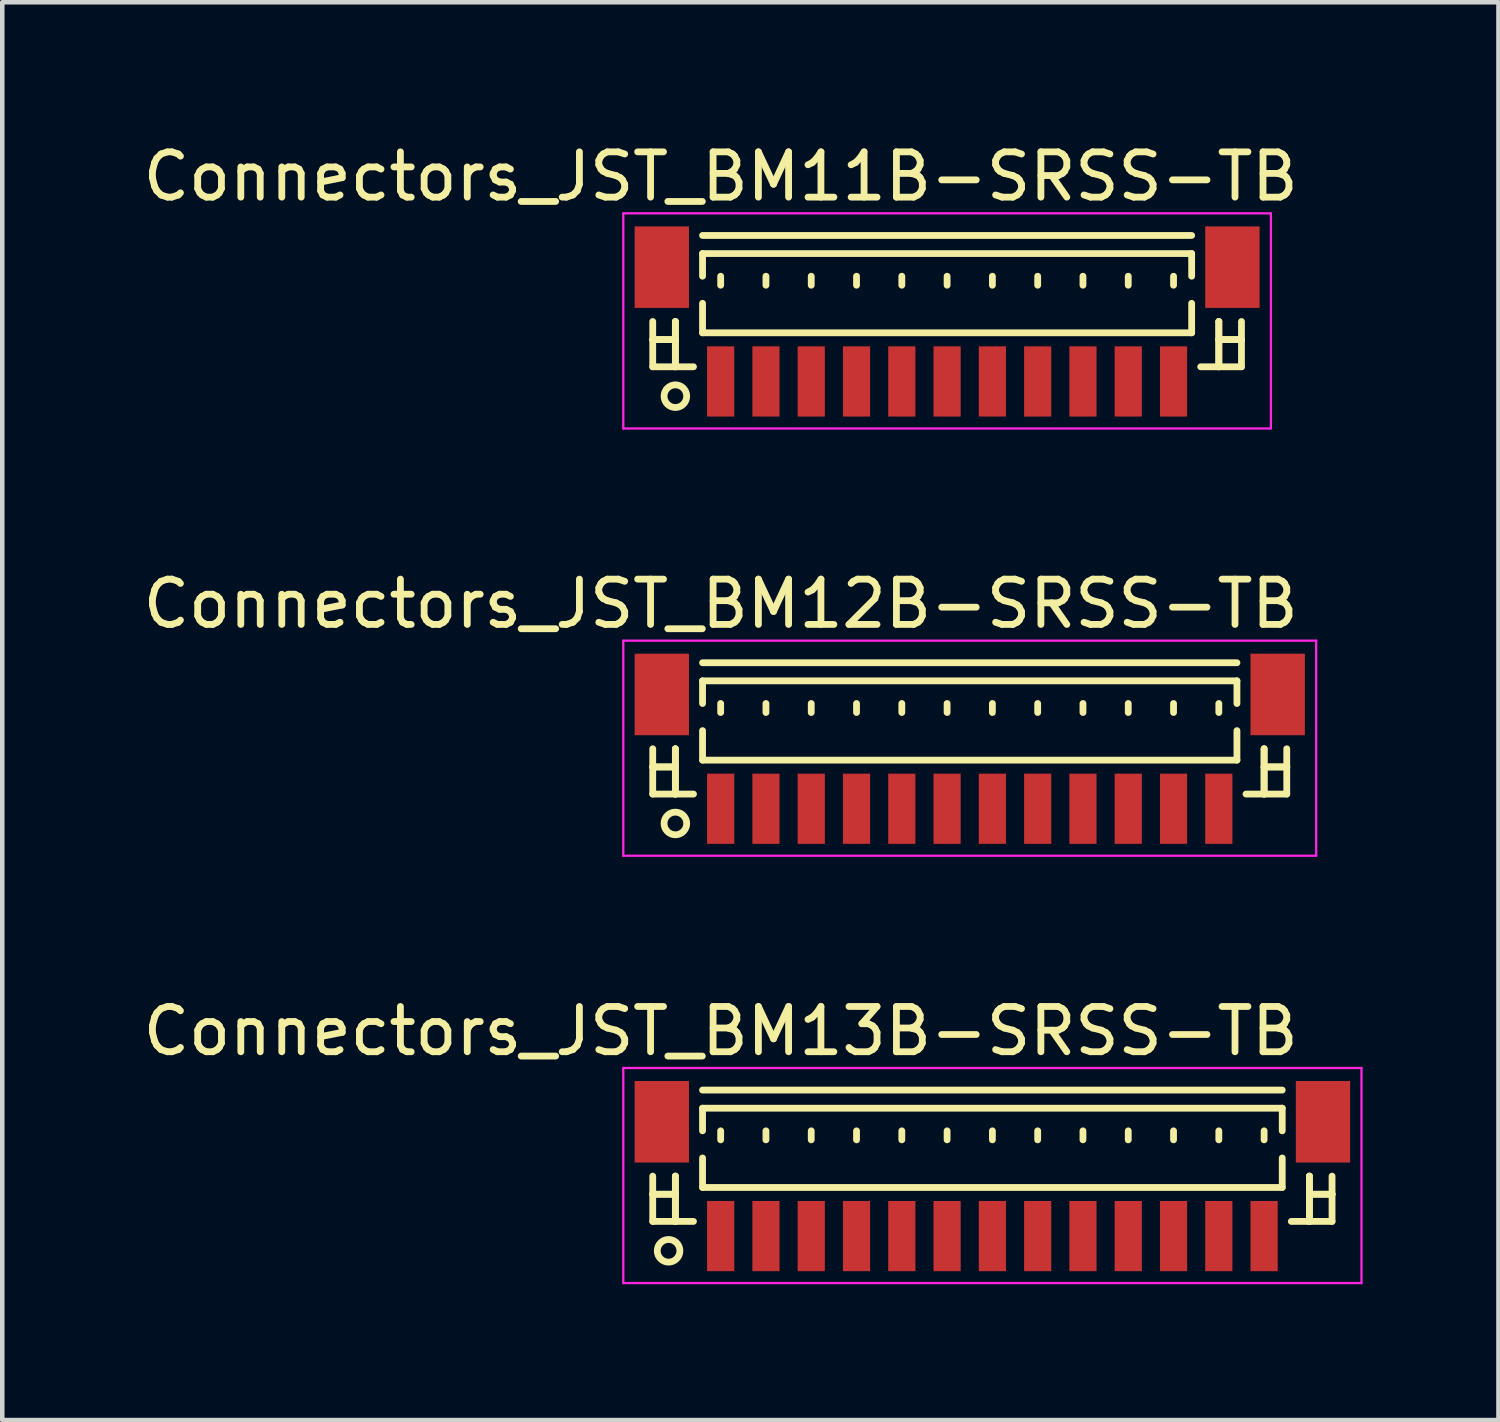
<source format=kicad_pcb>
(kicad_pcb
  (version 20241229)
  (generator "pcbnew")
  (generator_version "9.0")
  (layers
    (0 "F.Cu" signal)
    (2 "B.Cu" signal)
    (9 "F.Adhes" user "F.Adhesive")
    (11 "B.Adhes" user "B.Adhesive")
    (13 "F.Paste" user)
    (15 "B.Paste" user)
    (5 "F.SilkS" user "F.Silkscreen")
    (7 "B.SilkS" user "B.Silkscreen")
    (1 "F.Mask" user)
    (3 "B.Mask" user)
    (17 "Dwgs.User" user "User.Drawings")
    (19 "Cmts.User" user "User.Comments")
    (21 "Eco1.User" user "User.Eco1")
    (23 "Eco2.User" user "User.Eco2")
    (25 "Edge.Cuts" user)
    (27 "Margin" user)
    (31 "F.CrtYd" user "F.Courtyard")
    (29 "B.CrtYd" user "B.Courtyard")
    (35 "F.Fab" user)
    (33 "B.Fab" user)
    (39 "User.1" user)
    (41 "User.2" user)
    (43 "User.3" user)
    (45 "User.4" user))
  (footprint "Connectors_JST_BM13B-SRSS-TB"
    (layer "F.Cu")
    (at 18.863 22.982)
    (property "Reference" "Connectors_JST_BM13B-SRSS-TB" (at -6 -3.263 0) (layer "F.SilkS") (effects (font (size 1 1) (thickness 0.15))))
    (attr smd)
    (fp_line (start -7.5 -0.062) (end -7.5 0.938) (stroke (width 0.15) (type solid)) (layer "F.SilkS"))
    (fp_line (start -7.5 0.338) (end -7.5 0.338) (stroke (width 0.15) (type solid)) (layer "F.SilkS"))
    (fp_line (start -7.5 0.338) (end -7 0.338) (stroke (width 0.15) (type solid)) (layer "F.SilkS"))
    (fp_line (start -7.5 0.938) (end -6.6 0.938) (stroke (width 0.15) (type solid)) (layer "F.SilkS"))
    (fp_line (start -7 -0.062) (end -7 -0.062) (stroke (width 0.15) (type solid)) (layer "F.SilkS"))
    (fp_line (start -7 -0.062) (end -7 0.938) (stroke (width 0.15) (type solid)) (layer "F.SilkS"))
    (fp_line (start -7 0.338) (end -7.5 0.338) (stroke (width 0.15) (type solid)) (layer "F.SilkS"))
    (fp_line (start -7 0.338) (end -7 0.338) (stroke (width 0.15) (type solid)) (layer "F.SilkS"))
    (fp_line (start -7 0.938) (end -7 -0.062) (stroke (width 0.15) (type solid)) (layer "F.SilkS"))
    (fp_line (start -7 0.938) (end -7 0.938) (stroke (width 0.15) (type solid)) (layer "F.SilkS"))
    (fp_line (start -6.4 -1.962) (end 6.4 -1.962) (stroke (width 0.15) (type solid)) (layer "F.SilkS"))
    (fp_line (start -6.4 -1.562) (end 6.4 -1.562) (stroke (width 0.15) (type solid)) (layer "F.SilkS"))
    (fp_line (start -6.4 -1.062) (end -6.4 -1.562) (stroke (width 0.15) (type solid)) (layer "F.SilkS"))
    (fp_line (start -6.4 -0.463) (end -6.4 0.188) (stroke (width 0.15) (type solid)) (layer "F.SilkS"))
    (fp_line (start -6.4 0.188) (end 6.4 0.188) (stroke (width 0.15) (type solid)) (layer "F.SilkS"))
    (fp_line (start -6 -1.062) (end -6 -0.863) (stroke (width 0.15) (type solid)) (layer "F.SilkS"))
    (fp_line (start -5 -1.062) (end -5 -0.863) (stroke (width 0.15) (type solid)) (layer "F.SilkS"))
    (fp_line (start -4 -1.062) (end -4 -0.863) (stroke (width 0.15) (type solid)) (layer "F.SilkS"))
    (fp_line (start -3 -1.062) (end -3 -0.863) (stroke (width 0.15) (type solid)) (layer "F.SilkS"))
    (fp_line (start -2 -1.062) (end -2 -0.863) (stroke (width 0.15) (type solid)) (layer "F.SilkS"))
    (fp_line (start -1 -1.062) (end -1 -0.863) (stroke (width 0.15) (type solid)) (layer "F.SilkS"))
    (fp_line (start 0 -1.062) (end 0 -0.863) (stroke (width 0.15) (type solid)) (layer "F.SilkS"))
    (fp_line (start 1 -1.062) (end 1 -0.863) (stroke (width 0.15) (type solid)) (layer "F.SilkS"))
    (fp_line (start 2 -1.062) (end 2 -0.863) (stroke (width 0.15) (type solid)) (layer "F.SilkS"))
    (fp_line (start 3 -1.062) (end 3 -0.863) (stroke (width 0.15) (type solid)) (layer "F.SilkS"))
    (fp_line (start 4 -1.062) (end 4 -0.863) (stroke (width 0.15) (type solid)) (layer "F.SilkS"))
    (fp_line (start 5 -1.062) (end 5 -0.863) (stroke (width 0.15) (type solid)) (layer "F.SilkS"))
    (fp_line (start 6 -1.062) (end 6 -0.863) (stroke (width 0.15) (type solid)) (layer "F.SilkS"))
    (fp_line (start 6.4 -1.562) (end 6.4 -1.062) (stroke (width 0.15) (type solid)) (layer "F.SilkS"))
    (fp_line (start 6.4 0.188) (end 6.4 -0.463) (stroke (width 0.15) (type solid)) (layer "F.SilkS"))
    (fp_line (start 7 -0.062) (end 7 -0.062) (stroke (width 0.15) (type solid)) (layer "F.SilkS"))
    (fp_line (start 7 -0.062) (end 7 0.938) (stroke (width 0.15) (type solid)) (layer "F.SilkS"))
    (fp_line (start 7 0.338) (end 7 0.338) (stroke (width 0.15) (type solid)) (layer "F.SilkS"))
    (fp_line (start 7 0.338) (end 7.5 0.338) (stroke (width 0.15) (type solid)) (layer "F.SilkS"))
    (fp_line (start 7 0.938) (end 7 -0.062) (stroke (width 0.15) (type solid)) (layer "F.SilkS"))
    (fp_line (start 7 0.938) (end 7 0.938) (stroke (width 0.15) (type solid)) (layer "F.SilkS"))
    (fp_line (start 7.5 -0.062) (end 7.5 0.938) (stroke (width 0.15) (type solid)) (layer "F.SilkS"))
    (fp_line (start 7.5 0.338) (end 7 0.338) (stroke (width 0.15) (type solid)) (layer "F.SilkS"))
    (fp_line (start 7.5 0.338) (end 7.5 0.338) (stroke (width 0.15) (type solid)) (layer "F.SilkS"))
    (fp_line (start 7.5 0.938) (end 6.6 0.938) (stroke (width 0.15) (type solid)) (layer "F.SilkS"))
    (fp_circle (center -7.15 1.587) (end -6.9 1.587) (stroke (width 0.15) (type solid)) (fill no) (layer "F.SilkS"))
    (fp_line (start -8.15 -2.45) (end 8.15 -2.45) (stroke (width 0.05) (type solid)) (layer "F.CrtYd"))
    (fp_line (start -8.15 2.3) (end -8.15 -2.45) (stroke (width 0.05) (type solid)) (layer "F.CrtYd"))
    (fp_line (start 8.15 -2.45) (end 8.15 2.3) (stroke (width 0.05) (type solid)) (layer "F.CrtYd"))
    (fp_line (start 8.15 2.3) (end -8.15 2.3) (stroke (width 0.05) (type solid)) (layer "F.CrtYd"))
    (pad "" smd rect (at -7.3 -1.262) (size 1.2 1.8) (layers "F.Cu" "F.Mask" "F.Paste"))
    (pad "" smd rect (at 7.3 -1.262) (size 1.2 1.8) (layers "F.Cu" "F.Mask" "F.Paste"))
    (pad "1" smd rect (at -6 1.262) (size 0.6 1.55) (layers "F.Cu" "F.Mask" "F.Paste"))
    (pad "2" smd rect (at -5 1.262) (size 0.6 1.55) (layers "F.Cu" "F.Mask" "F.Paste"))
    (pad "3" smd rect (at -4 1.262) (size 0.6 1.55) (layers "F.Cu" "F.Mask" "F.Paste"))
    (pad "4" smd rect (at -3 1.262) (size 0.6 1.55) (layers "F.Cu" "F.Mask" "F.Paste"))
    (pad "5" smd rect (at -2 1.262) (size 0.6 1.55) (layers "F.Cu" "F.Mask" "F.Paste"))
    (pad "6" smd rect (at -1 1.262) (size 0.6 1.55) (layers "F.Cu" "F.Mask" "F.Paste"))
    (pad "7" smd rect (at 0 1.262) (size 0.6 1.55) (layers "F.Cu" "F.Mask" "F.Paste"))
    (pad "8" smd rect (at 1 1.262) (size 0.6 1.55) (layers "F.Cu" "F.Mask" "F.Paste"))
    (pad "9" smd rect (at 2 1.262) (size 0.6 1.55) (layers "F.Cu" "F.Mask" "F.Paste"))
    (pad "10" smd rect (at 3 1.262) (size 0.6 1.55) (layers "F.Cu" "F.Mask" "F.Paste"))
    (pad "11" smd rect (at 4 1.262) (size 0.6 1.55) (layers "F.Cu" "F.Mask" "F.Paste"))
    (pad "12" smd rect (at 5 1.262) (size 0.6 1.55) (layers "F.Cu" "F.Mask" "F.Paste"))
    (pad "13" smd rect (at 6 1.262) (size 0.6 1.55) (layers "F.Cu" "F.Mask" "F.Paste")))
  (footprint "Connectors_JST_BM11B-SRSS-TB"
    (layer "F.Cu")
    (at 17.863 4.111)
    (property "Reference" "Connectors_JST_BM11B-SRSS-TB" (at -5 -3.263 0) (layer "F.SilkS") (effects (font (size 1 1) (thickness 0.15))))
    (attr smd)
    (fp_line (start -6.5 -0.062) (end -6.5 0.938) (stroke (width 0.15) (type solid)) (layer "F.SilkS"))
    (fp_line (start -6.5 0.338) (end -6.5 0.338) (stroke (width 0.15) (type solid)) (layer "F.SilkS"))
    (fp_line (start -6.5 0.338) (end -6 0.338) (stroke (width 0.15) (type solid)) (layer "F.SilkS"))
    (fp_line (start -6.5 0.938) (end -5.6 0.938) (stroke (width 0.15) (type solid)) (layer "F.SilkS"))
    (fp_line (start -6 -0.062) (end -6 -0.062) (stroke (width 0.15) (type solid)) (layer "F.SilkS"))
    (fp_line (start -6 -0.062) (end -6 0.938) (stroke (width 0.15) (type solid)) (layer "F.SilkS"))
    (fp_line (start -6 0.338) (end -6.5 0.338) (stroke (width 0.15) (type solid)) (layer "F.SilkS"))
    (fp_line (start -6 0.338) (end -6 0.338) (stroke (width 0.15) (type solid)) (layer "F.SilkS"))
    (fp_line (start -6 0.938) (end -6 -0.062) (stroke (width 0.15) (type solid)) (layer "F.SilkS"))
    (fp_line (start -6 0.938) (end -6 0.938) (stroke (width 0.15) (type solid)) (layer "F.SilkS"))
    (fp_line (start -5.4 -1.962) (end 5.4 -1.962) (stroke (width 0.15) (type solid)) (layer "F.SilkS"))
    (fp_line (start -5.4 -1.562) (end 5.4 -1.562) (stroke (width 0.15) (type solid)) (layer "F.SilkS"))
    (fp_line (start -5.4 -1.062) (end -5.4 -1.562) (stroke (width 0.15) (type solid)) (layer "F.SilkS"))
    (fp_line (start -5.4 -0.463) (end -5.4 0.188) (stroke (width 0.15) (type solid)) (layer "F.SilkS"))
    (fp_line (start -5.4 0.188) (end 5.4 0.188) (stroke (width 0.15) (type solid)) (layer "F.SilkS"))
    (fp_line (start -5 -1.062) (end -5 -0.863) (stroke (width 0.15) (type solid)) (layer "F.SilkS"))
    (fp_line (start -4 -1.062) (end -4 -0.863) (stroke (width 0.15) (type solid)) (layer "F.SilkS"))
    (fp_line (start -3 -1.062) (end -3 -0.863) (stroke (width 0.15) (type solid)) (layer "F.SilkS"))
    (fp_line (start -2 -1.062) (end -2 -0.863) (stroke (width 0.15) (type solid)) (layer "F.SilkS"))
    (fp_line (start -1 -1.062) (end -1 -0.863) (stroke (width 0.15) (type solid)) (layer "F.SilkS"))
    (fp_line (start 0 -1.062) (end 0 -0.863) (stroke (width 0.15) (type solid)) (layer "F.SilkS"))
    (fp_line (start 1 -1.062) (end 1 -0.863) (stroke (width 0.15) (type solid)) (layer "F.SilkS"))
    (fp_line (start 2 -1.062) (end 2 -0.863) (stroke (width 0.15) (type solid)) (layer "F.SilkS"))
    (fp_line (start 3 -1.062) (end 3 -0.863) (stroke (width 0.15) (type solid)) (layer "F.SilkS"))
    (fp_line (start 4 -1.062) (end 4 -0.863) (stroke (width 0.15) (type solid)) (layer "F.SilkS"))
    (fp_line (start 5 -1.062) (end 5 -0.863) (stroke (width 0.15) (type solid)) (layer "F.SilkS"))
    (fp_line (start 5.4 -1.562) (end 5.4 -1.062) (stroke (width 0.15) (type solid)) (layer "F.SilkS"))
    (fp_line (start 5.4 0.188) (end 5.4 -0.463) (stroke (width 0.15) (type solid)) (layer "F.SilkS"))
    (fp_line (start 6 -0.062) (end 6 -0.062) (stroke (width 0.15) (type solid)) (layer "F.SilkS"))
    (fp_line (start 6 -0.062) (end 6 0.938) (stroke (width 0.15) (type solid)) (layer "F.SilkS"))
    (fp_line (start 6 0.338) (end 6 0.338) (stroke (width 0.15) (type solid)) (layer "F.SilkS"))
    (fp_line (start 6 0.338) (end 6.5 0.338) (stroke (width 0.15) (type solid)) (layer "F.SilkS"))
    (fp_line (start 6 0.938) (end 6 -0.062) (stroke (width 0.15) (type solid)) (layer "F.SilkS"))
    (fp_line (start 6 0.938) (end 6 0.938) (stroke (width 0.15) (type solid)) (layer "F.SilkS"))
    (fp_line (start 6.5 -0.062) (end 6.5 0.938) (stroke (width 0.15) (type solid)) (layer "F.SilkS"))
    (fp_line (start 6.5 0.338) (end 6 0.338) (stroke (width 0.15) (type solid)) (layer "F.SilkS"))
    (fp_line (start 6.5 0.338) (end 6.5 0.338) (stroke (width 0.15) (type solid)) (layer "F.SilkS"))
    (fp_line (start 6.5 0.938) (end 5.6 0.938) (stroke (width 0.15) (type solid)) (layer "F.SilkS"))
    (fp_circle (center -6 1.587) (end -5.75 1.587) (stroke (width 0.15) (type solid)) (fill no) (layer "F.SilkS"))
    (fp_line (start -7.15 -2.45) (end 7.15 -2.45) (stroke (width 0.05) (type solid)) (layer "F.CrtYd"))
    (fp_line (start -7.15 2.3) (end -7.15 -2.45) (stroke (width 0.05) (type solid)) (layer "F.CrtYd"))
    (fp_line (start 7.15 -2.45) (end 7.15 2.3) (stroke (width 0.05) (type solid)) (layer "F.CrtYd"))
    (fp_line (start 7.15 2.3) (end -7.15 2.3) (stroke (width 0.05) (type solid)) (layer "F.CrtYd"))
    (pad "" smd rect (at -6.3 -1.262) (size 1.2 1.8) (layers "F.Cu" "F.Mask" "F.Paste"))
    (pad "" smd rect (at 6.3 -1.262) (size 1.2 1.8) (layers "F.Cu" "F.Mask" "F.Paste"))
    (pad "1" smd rect (at -5 1.262) (size 0.6 1.55) (layers "F.Cu" "F.Mask" "F.Paste"))
    (pad "2" smd rect (at -4 1.262) (size 0.6 1.55) (layers "F.Cu" "F.Mask" "F.Paste"))
    (pad "3" smd rect (at -3 1.262) (size 0.6 1.55) (layers "F.Cu" "F.Mask" "F.Paste"))
    (pad "4" smd rect (at -2 1.262) (size 0.6 1.55) (layers "F.Cu" "F.Mask" "F.Paste"))
    (pad "5" smd rect (at -1 1.262) (size 0.6 1.55) (layers "F.Cu" "F.Mask" "F.Paste"))
    (pad "6" smd rect (at 0 1.262) (size 0.6 1.55) (layers "F.Cu" "F.Mask" "F.Paste"))
    (pad "7" smd rect (at 1 1.262) (size 0.6 1.55) (layers "F.Cu" "F.Mask" "F.Paste"))
    (pad "8" smd rect (at 2 1.262) (size 0.6 1.55) (layers "F.Cu" "F.Mask" "F.Paste"))
    (pad "9" smd rect (at 3 1.262) (size 0.6 1.55) (layers "F.Cu" "F.Mask" "F.Paste"))
    (pad "10" smd rect (at 4 1.262) (size 0.6 1.55) (layers "F.Cu" "F.Mask" "F.Paste"))
    (pad "11" smd rect (at 5 1.262) (size 0.6 1.55) (layers "F.Cu" "F.Mask" "F.Paste")))
  (footprint "Connectors_JST_BM12B-SRSS-TB"
    (layer "F.Cu")
    (at 18.363 13.546)
    (property "Reference" "Connectors_JST_BM12B-SRSS-TB" (at -5.5 -3.263 0) (layer "F.SilkS") (effects (font (size 1 1) (thickness 0.15))))
    (attr smd)
    (fp_line (start -7 -0.062) (end -7 0.938) (stroke (width 0.15) (type solid)) (layer "F.SilkS"))
    (fp_line (start -7 0.338) (end -7 0.338) (stroke (width 0.15) (type solid)) (layer "F.SilkS"))
    (fp_line (start -7 0.338) (end -6.5 0.338) (stroke (width 0.15) (type solid)) (layer "F.SilkS"))
    (fp_line (start -7 0.938) (end -6.1 0.938) (stroke (width 0.15) (type solid)) (layer "F.SilkS"))
    (fp_line (start -6.5 -0.062) (end -6.5 -0.062) (stroke (width 0.15) (type solid)) (layer "F.SilkS"))
    (fp_line (start -6.5 -0.062) (end -6.5 0.938) (stroke (width 0.15) (type solid)) (layer "F.SilkS"))
    (fp_line (start -6.5 0.338) (end -7 0.338) (stroke (width 0.15) (type solid)) (layer "F.SilkS"))
    (fp_line (start -6.5 0.338) (end -6.5 0.338) (stroke (width 0.15) (type solid)) (layer "F.SilkS"))
    (fp_line (start -6.5 0.938) (end -6.5 -0.062) (stroke (width 0.15) (type solid)) (layer "F.SilkS"))
    (fp_line (start -6.5 0.938) (end -6.5 0.938) (stroke (width 0.15) (type solid)) (layer "F.SilkS"))
    (fp_line (start -5.9 -1.962) (end 5.9 -1.962) (stroke (width 0.15) (type solid)) (layer "F.SilkS"))
    (fp_line (start -5.9 -1.562) (end 5.9 -1.562) (stroke (width 0.15) (type solid)) (layer "F.SilkS"))
    (fp_line (start -5.9 -1.062) (end -5.9 -1.562) (stroke (width 0.15) (type solid)) (layer "F.SilkS"))
    (fp_line (start -5.9 -0.463) (end -5.9 0.188) (stroke (width 0.15) (type solid)) (layer "F.SilkS"))
    (fp_line (start -5.9 0.188) (end 5.9 0.188) (stroke (width 0.15) (type solid)) (layer "F.SilkS"))
    (fp_line (start -5.5 -1.062) (end -5.5 -0.863) (stroke (width 0.15) (type solid)) (layer "F.SilkS"))
    (fp_line (start -4.5 -1.062) (end -4.5 -0.863) (stroke (width 0.15) (type solid)) (layer "F.SilkS"))
    (fp_line (start -3.5 -1.062) (end -3.5 -0.863) (stroke (width 0.15) (type solid)) (layer "F.SilkS"))
    (fp_line (start -2.5 -1.062) (end -2.5 -0.863) (stroke (width 0.15) (type solid)) (layer "F.SilkS"))
    (fp_line (start -1.5 -1.062) (end -1.5 -0.863) (stroke (width 0.15) (type solid)) (layer "F.SilkS"))
    (fp_line (start -0.5 -1.062) (end -0.5 -0.863) (stroke (width 0.15) (type solid)) (layer "F.SilkS"))
    (fp_line (start 0.5 -1.062) (end 0.5 -0.863) (stroke (width 0.15) (type solid)) (layer "F.SilkS"))
    (fp_line (start 1.5 -1.062) (end 1.5 -0.863) (stroke (width 0.15) (type solid)) (layer "F.SilkS"))
    (fp_line (start 2.5 -1.062) (end 2.5 -0.863) (stroke (width 0.15) (type solid)) (layer "F.SilkS"))
    (fp_line (start 3.5 -1.062) (end 3.5 -0.863) (stroke (width 0.15) (type solid)) (layer "F.SilkS"))
    (fp_line (start 4.5 -1.062) (end 4.5 -0.863) (stroke (width 0.15) (type solid)) (layer "F.SilkS"))
    (fp_line (start 5.5 -1.062) (end 5.5 -0.863) (stroke (width 0.15) (type solid)) (layer "F.SilkS"))
    (fp_line (start 5.9 -1.562) (end 5.9 -1.062) (stroke (width 0.15) (type solid)) (layer "F.SilkS"))
    (fp_line (start 5.9 0.188) (end 5.9 -0.463) (stroke (width 0.15) (type solid)) (layer "F.SilkS"))
    (fp_line (start 6.5 -0.062) (end 6.5 -0.062) (stroke (width 0.15) (type solid)) (layer "F.SilkS"))
    (fp_line (start 6.5 -0.062) (end 6.5 0.938) (stroke (width 0.15) (type solid)) (layer "F.SilkS"))
    (fp_line (start 6.5 0.338) (end 6.5 0.338) (stroke (width 0.15) (type solid)) (layer "F.SilkS"))
    (fp_line (start 6.5 0.338) (end 7 0.338) (stroke (width 0.15) (type solid)) (layer "F.SilkS"))
    (fp_line (start 6.5 0.938) (end 6.5 -0.062) (stroke (width 0.15) (type solid)) (layer "F.SilkS"))
    (fp_line (start 6.5 0.938) (end 6.5 0.938) (stroke (width 0.15) (type solid)) (layer "F.SilkS"))
    (fp_line (start 7 -0.062) (end 7 0.938) (stroke (width 0.15) (type solid)) (layer "F.SilkS"))
    (fp_line (start 7 0.338) (end 6.5 0.338) (stroke (width 0.15) (type solid)) (layer "F.SilkS"))
    (fp_line (start 7 0.338) (end 7 0.338) (stroke (width 0.15) (type solid)) (layer "F.SilkS"))
    (fp_line (start 7 0.938) (end 6.1 0.938) (stroke (width 0.15) (type solid)) (layer "F.SilkS"))
    (fp_circle (center -6.5 1.587) (end -6.25 1.587) (stroke (width 0.15) (type solid)) (fill no) (layer "F.SilkS"))
    (fp_line (start -7.65 -2.45) (end 7.65 -2.45) (stroke (width 0.05) (type solid)) (layer "F.CrtYd"))
    (fp_line (start -7.65 2.3) (end -7.65 -2.45) (stroke (width 0.05) (type solid)) (layer "F.CrtYd"))
    (fp_line (start 7.65 -2.45) (end 7.65 2.3) (stroke (width 0.05) (type solid)) (layer "F.CrtYd"))
    (fp_line (start 7.65 2.3) (end -7.65 2.3) (stroke (width 0.05) (type solid)) (layer "F.CrtYd"))
    (pad "" smd rect (at -6.8 -1.262) (size 1.2 1.8) (layers "F.Cu" "F.Mask" "F.Paste"))
    (pad "" smd rect (at 6.8 -1.262) (size 1.2 1.8) (layers "F.Cu" "F.Mask" "F.Paste"))
    (pad "1" smd rect (at -5.5 1.262) (size 0.6 1.55) (layers "F.Cu" "F.Mask" "F.Paste"))
    (pad "2" smd rect (at -4.5 1.262) (size 0.6 1.55) (layers "F.Cu" "F.Mask" "F.Paste"))
    (pad "3" smd rect (at -3.5 1.262) (size 0.6 1.55) (layers "F.Cu" "F.Mask" "F.Paste"))
    (pad "4" smd rect (at -2.5 1.262) (size 0.6 1.55) (layers "F.Cu" "F.Mask" "F.Paste"))
    (pad "5" smd rect (at -1.5 1.262) (size 0.6 1.55) (layers "F.Cu" "F.Mask" "F.Paste"))
    (pad "6" smd rect (at -0.5 1.262) (size 0.6 1.55) (layers "F.Cu" "F.Mask" "F.Paste"))
    (pad "7" smd rect (at 0.5 1.262) (size 0.6 1.55) (layers "F.Cu" "F.Mask" "F.Paste"))
    (pad "8" smd rect (at 1.5 1.262) (size 0.6 1.55) (layers "F.Cu" "F.Mask" "F.Paste"))
    (pad "9" smd rect (at 2.5 1.262) (size 0.6 1.55) (layers "F.Cu" "F.Mask" "F.Paste"))
    (pad "10" smd rect (at 3.5 1.262) (size 0.6 1.55) (layers "F.Cu" "F.Mask" "F.Paste"))
    (pad "11" smd rect (at 4.5 1.262) (size 0.6 1.55) (layers "F.Cu" "F.Mask" "F.Paste"))
    (pad "12" smd rect (at 5.5 1.262) (size 0.6 1.55) (layers "F.Cu" "F.Mask" "F.Paste")))
  (gr_rect
    (start -3 -3)
    (end 30.038 28.307)
    (stroke (width 0.1) (type default))
    (fill no)
    (layer "Edge.Cuts")))
</source>
